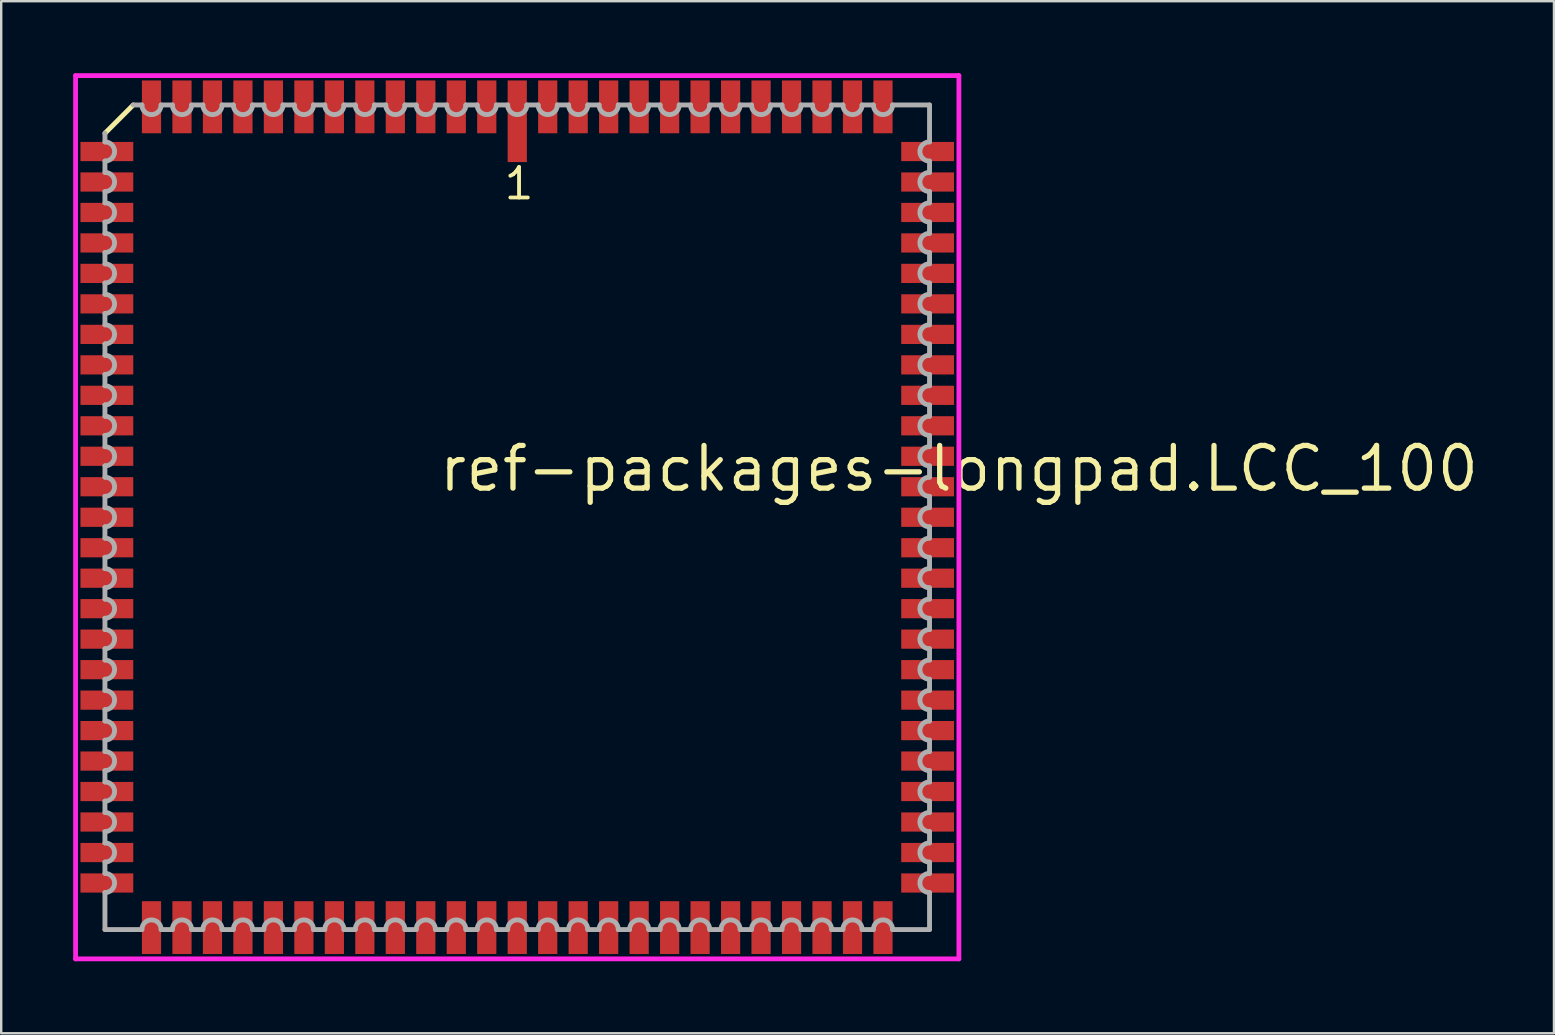
<source format=kicad_pcb>
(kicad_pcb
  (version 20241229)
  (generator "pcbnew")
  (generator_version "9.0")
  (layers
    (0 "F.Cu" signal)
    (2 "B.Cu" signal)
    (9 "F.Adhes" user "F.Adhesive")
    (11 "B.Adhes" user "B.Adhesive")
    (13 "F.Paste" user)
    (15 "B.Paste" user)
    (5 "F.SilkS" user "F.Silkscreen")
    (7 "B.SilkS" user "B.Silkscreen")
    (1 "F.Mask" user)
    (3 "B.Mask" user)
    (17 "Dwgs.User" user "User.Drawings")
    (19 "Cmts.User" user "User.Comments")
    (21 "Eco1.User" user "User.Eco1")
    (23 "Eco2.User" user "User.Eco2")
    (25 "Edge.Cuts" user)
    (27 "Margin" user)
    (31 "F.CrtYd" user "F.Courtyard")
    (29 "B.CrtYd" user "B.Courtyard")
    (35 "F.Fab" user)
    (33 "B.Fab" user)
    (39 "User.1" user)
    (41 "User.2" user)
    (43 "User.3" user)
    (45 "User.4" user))
  (footprint "ref-packages-longpad.LCC_100"
    (layer "F.Cu")
    (at 18.503 18.503)
    (property "Reference" "ref-packages-longpad.LCC_100" (at -3.37 -0.985 0) (layer "F.SilkS") (effects (font (size 1.778 1.778) (thickness 0.22)) (justify left bottom)))
    (attr smd)
    (fp_line (start -16 -17.18) (end -17.18 -16) (stroke (width 0.203) (type default)) (layer "F.SilkS"))
    (fp_line (start -18.403 -18.403) (end 18.403 -18.403) (stroke (width 0.2) (type default)) (layer "F.CrtYd"))
    (fp_line (start -18.403 18.403) (end -18.403 -18.403) (stroke (width 0.2) (type default)) (layer "F.CrtYd"))
    (fp_line (start 18.403 -18.403) (end 18.403 18.403) (stroke (width 0.2) (type default)) (layer "F.CrtYd"))
    (fp_line (start 18.403 18.403) (end -18.403 18.403) (stroke (width 0.2) (type default)) (layer "F.CrtYd"))
    (fp_line (start -17.18 -16) (end -17.18 -15.64) (stroke (width 0.203) (type default)) (layer "F.Fab"))
    (fp_line (start -17.18 -14.84) (end -17.18 -14.37) (stroke (width 0.203) (type default)) (layer "F.Fab"))
    (fp_line (start -17.18 -13.57) (end -17.18 -13.1) (stroke (width 0.203) (type default)) (layer "F.Fab"))
    (fp_line (start -17.18 -12.3) (end -17.18 -11.83) (stroke (width 0.203) (type default)) (layer "F.Fab"))
    (fp_line (start -17.18 -11.03) (end -17.18 -10.56) (stroke (width 0.203) (type default)) (layer "F.Fab"))
    (fp_line (start -17.18 -9.76) (end -17.18 -9.29) (stroke (width 0.203) (type default)) (layer "F.Fab"))
    (fp_line (start -17.18 -8.49) (end -17.18 -8.02) (stroke (width 0.203) (type default)) (layer "F.Fab"))
    (fp_line (start -17.18 -7.22) (end -17.18 -6.75) (stroke (width 0.203) (type default)) (layer "F.Fab"))
    (fp_line (start -17.18 -5.95) (end -17.18 -5.48) (stroke (width 0.203) (type default)) (layer "F.Fab"))
    (fp_line (start -17.18 -4.68) (end -17.18 -4.21) (stroke (width 0.203) (type default)) (layer "F.Fab"))
    (fp_line (start -17.18 -3.41) (end -17.18 -2.94) (stroke (width 0.203) (type default)) (layer "F.Fab"))
    (fp_line (start -17.18 -2.14) (end -17.18 -1.67) (stroke (width 0.203) (type default)) (layer "F.Fab"))
    (fp_line (start -17.18 -0.87) (end -17.18 -0.4) (stroke (width 0.203) (type default)) (layer "F.Fab"))
    (fp_line (start -17.18 0.4) (end -17.18 0.87) (stroke (width 0.203) (type default)) (layer "F.Fab"))
    (fp_line (start -17.18 1.67) (end -17.18 2.14) (stroke (width 0.203) (type default)) (layer "F.Fab"))
    (fp_line (start -17.18 2.94) (end -17.18 3.41) (stroke (width 0.203) (type default)) (layer "F.Fab"))
    (fp_line (start -17.18 4.21) (end -17.18 4.68) (stroke (width 0.203) (type default)) (layer "F.Fab"))
    (fp_line (start -17.18 5.48) (end -17.18 5.95) (stroke (width 0.203) (type default)) (layer "F.Fab"))
    (fp_line (start -17.18 6.75) (end -17.18 7.22) (stroke (width 0.203) (type default)) (layer "F.Fab"))
    (fp_line (start -17.18 8.02) (end -17.18 8.49) (stroke (width 0.203) (type default)) (layer "F.Fab"))
    (fp_line (start -17.18 9.29) (end -17.18 9.76) (stroke (width 0.203) (type default)) (layer "F.Fab"))
    (fp_line (start -17.18 10.56) (end -17.18 11.03) (stroke (width 0.203) (type default)) (layer "F.Fab"))
    (fp_line (start -17.18 11.83) (end -17.18 12.3) (stroke (width 0.203) (type default)) (layer "F.Fab"))
    (fp_line (start -17.18 13.1) (end -17.18 13.57) (stroke (width 0.203) (type default)) (layer "F.Fab"))
    (fp_line (start -17.18 14.37) (end -17.18 14.84) (stroke (width 0.203) (type default)) (layer "F.Fab"))
    (fp_line (start -17.18 15.64) (end -17.18 17.18) (stroke (width 0.203) (type default)) (layer "F.Fab"))
    (fp_line (start -17.18 17.18) (end -15.64 17.18) (stroke (width 0.203) (type default)) (layer "F.Fab"))
    (fp_line (start -15.64 -17.18) (end -16 -17.18) (stroke (width 0.203) (type default)) (layer "F.Fab"))
    (fp_line (start -14.84 17.18) (end -14.37 17.18) (stroke (width 0.203) (type default)) (layer "F.Fab"))
    (fp_line (start -14.37 -17.18) (end -14.84 -17.18) (stroke (width 0.203) (type default)) (layer "F.Fab"))
    (fp_line (start -13.57 17.18) (end -13.1 17.18) (stroke (width 0.203) (type default)) (layer "F.Fab"))
    (fp_line (start -13.1 -17.18) (end -13.57 -17.18) (stroke (width 0.203) (type default)) (layer "F.Fab"))
    (fp_line (start -12.3 17.18) (end -11.83 17.18) (stroke (width 0.203) (type default)) (layer "F.Fab"))
    (fp_line (start -11.83 -17.18) (end -12.3 -17.18) (stroke (width 0.203) (type default)) (layer "F.Fab"))
    (fp_line (start -11.03 17.18) (end -10.56 17.18) (stroke (width 0.203) (type default)) (layer "F.Fab"))
    (fp_line (start -10.56 -17.18) (end -11.03 -17.18) (stroke (width 0.203) (type default)) (layer "F.Fab"))
    (fp_line (start -9.76 17.18) (end -9.29 17.18) (stroke (width 0.203) (type default)) (layer "F.Fab"))
    (fp_line (start -9.29 -17.18) (end -9.76 -17.18) (stroke (width 0.203) (type default)) (layer "F.Fab"))
    (fp_line (start -8.49 17.18) (end -8.02 17.18) (stroke (width 0.203) (type default)) (layer "F.Fab"))
    (fp_line (start -8.02 -17.18) (end -8.49 -17.18) (stroke (width 0.203) (type default)) (layer "F.Fab"))
    (fp_line (start -7.22 17.18) (end -6.75 17.18) (stroke (width 0.203) (type default)) (layer "F.Fab"))
    (fp_line (start -6.75 -17.18) (end -7.22 -17.18) (stroke (width 0.203) (type default)) (layer "F.Fab"))
    (fp_line (start -5.95 17.18) (end -5.48 17.18) (stroke (width 0.203) (type default)) (layer "F.Fab"))
    (fp_line (start -5.48 -17.18) (end -5.95 -17.18) (stroke (width 0.203) (type default)) (layer "F.Fab"))
    (fp_line (start -4.68 17.18) (end -4.21 17.18) (stroke (width 0.203) (type default)) (layer "F.Fab"))
    (fp_line (start -4.21 -17.18) (end -4.68 -17.18) (stroke (width 0.203) (type default)) (layer "F.Fab"))
    (fp_line (start -3.41 17.18) (end -2.94 17.18) (stroke (width 0.203) (type default)) (layer "F.Fab"))
    (fp_line (start -2.94 -17.18) (end -3.41 -17.18) (stroke (width 0.203) (type default)) (layer "F.Fab"))
    (fp_line (start -2.14 17.18) (end -1.67 17.18) (stroke (width 0.203) (type default)) (layer "F.Fab"))
    (fp_line (start -1.67 -17.18) (end -2.14 -17.18) (stroke (width 0.203) (type default)) (layer "F.Fab"))
    (fp_line (start -0.87 17.18) (end -0.4 17.18) (stroke (width 0.203) (type default)) (layer "F.Fab"))
    (fp_line (start -0.4 -17.18) (end -0.87 -17.18) (stroke (width 0.203) (type default)) (layer "F.Fab"))
    (fp_line (start 0.4 17.18) (end 0.87 17.18) (stroke (width 0.203) (type default)) (layer "F.Fab"))
    (fp_line (start 0.87 -17.18) (end 0.4 -17.18) (stroke (width 0.203) (type default)) (layer "F.Fab"))
    (fp_line (start 1.67 17.18) (end 2.14 17.18) (stroke (width 0.203) (type default)) (layer "F.Fab"))
    (fp_line (start 2.14 -17.18) (end 1.67 -17.18) (stroke (width 0.203) (type default)) (layer "F.Fab"))
    (fp_line (start 2.94 17.18) (end 3.41 17.18) (stroke (width 0.203) (type default)) (layer "F.Fab"))
    (fp_line (start 3.41 -17.18) (end 2.94 -17.18) (stroke (width 0.203) (type default)) (layer "F.Fab"))
    (fp_line (start 4.21 17.18) (end 4.68 17.18) (stroke (width 0.203) (type default)) (layer "F.Fab"))
    (fp_line (start 4.68 -17.18) (end 4.21 -17.18) (stroke (width 0.203) (type default)) (layer "F.Fab"))
    (fp_line (start 5.48 17.18) (end 5.95 17.18) (stroke (width 0.203) (type default)) (layer "F.Fab"))
    (fp_line (start 5.95 -17.18) (end 5.48 -17.18) (stroke (width 0.203) (type default)) (layer "F.Fab"))
    (fp_line (start 6.75 17.18) (end 7.22 17.18) (stroke (width 0.203) (type default)) (layer "F.Fab"))
    (fp_line (start 7.22 -17.18) (end 6.75 -17.18) (stroke (width 0.203) (type default)) (layer "F.Fab"))
    (fp_line (start 8.02 17.18) (end 8.49 17.18) (stroke (width 0.203) (type default)) (layer "F.Fab"))
    (fp_line (start 8.49 -17.18) (end 8.02 -17.18) (stroke (width 0.203) (type default)) (layer "F.Fab"))
    (fp_line (start 9.29 17.18) (end 9.76 17.18) (stroke (width 0.203) (type default)) (layer "F.Fab"))
    (fp_line (start 9.76 -17.18) (end 9.29 -17.18) (stroke (width 0.203) (type default)) (layer "F.Fab"))
    (fp_line (start 10.56 17.18) (end 11.03 17.18) (stroke (width 0.203) (type default)) (layer "F.Fab"))
    (fp_line (start 11.03 -17.18) (end 10.56 -17.18) (stroke (width 0.203) (type default)) (layer "F.Fab"))
    (fp_line (start 11.83 17.18) (end 12.3 17.18) (stroke (width 0.203) (type default)) (layer "F.Fab"))
    (fp_line (start 12.3 -17.18) (end 11.83 -17.18) (stroke (width 0.203) (type default)) (layer "F.Fab"))
    (fp_line (start 13.1 17.18) (end 13.57 17.18) (stroke (width 0.203) (type default)) (layer "F.Fab"))
    (fp_line (start 13.57 -17.18) (end 13.1 -17.18) (stroke (width 0.203) (type default)) (layer "F.Fab"))
    (fp_line (start 14.37 17.18) (end 14.84 17.18) (stroke (width 0.203) (type default)) (layer "F.Fab"))
    (fp_line (start 14.84 -17.18) (end 14.37 -17.18) (stroke (width 0.203) (type default)) (layer "F.Fab"))
    (fp_line (start 15.64 17.18) (end 17.18 17.18) (stroke (width 0.203) (type default)) (layer "F.Fab"))
    (fp_line (start 17.18 -17.18) (end 15.64 -17.18) (stroke (width 0.203) (type default)) (layer "F.Fab"))
    (fp_line (start 17.18 -15.64) (end 17.18 -17.18) (stroke (width 0.203) (type default)) (layer "F.Fab"))
    (fp_line (start 17.18 -14.37) (end 17.18 -14.84) (stroke (width 0.203) (type default)) (layer "F.Fab"))
    (fp_line (start 17.18 -13.1) (end 17.18 -13.57) (stroke (width 0.203) (type default)) (layer "F.Fab"))
    (fp_line (start 17.18 -11.83) (end 17.18 -12.3) (stroke (width 0.203) (type default)) (layer "F.Fab"))
    (fp_line (start 17.18 -10.56) (end 17.18 -11.03) (stroke (width 0.203) (type default)) (layer "F.Fab"))
    (fp_line (start 17.18 -9.29) (end 17.18 -9.76) (stroke (width 0.203) (type default)) (layer "F.Fab"))
    (fp_line (start 17.18 -8.02) (end 17.18 -8.49) (stroke (width 0.203) (type default)) (layer "F.Fab"))
    (fp_line (start 17.18 -6.75) (end 17.18 -7.22) (stroke (width 0.203) (type default)) (layer "F.Fab"))
    (fp_line (start 17.18 -5.48) (end 17.18 -5.95) (stroke (width 0.203) (type default)) (layer "F.Fab"))
    (fp_line (start 17.18 -4.21) (end 17.18 -4.68) (stroke (width 0.203) (type default)) (layer "F.Fab"))
    (fp_line (start 17.18 -2.94) (end 17.18 -3.41) (stroke (width 0.203) (type default)) (layer "F.Fab"))
    (fp_line (start 17.18 -1.67) (end 17.18 -2.14) (stroke (width 0.203) (type default)) (layer "F.Fab"))
    (fp_line (start 17.18 -0.4) (end 17.18 -0.87) (stroke (width 0.203) (type default)) (layer "F.Fab"))
    (fp_line (start 17.18 0.87) (end 17.18 0.4) (stroke (width 0.203) (type default)) (layer "F.Fab"))
    (fp_line (start 17.18 2.14) (end 17.18 1.67) (stroke (width 0.203) (type default)) (layer "F.Fab"))
    (fp_line (start 17.18 3.41) (end 17.18 2.94) (stroke (width 0.203) (type default)) (layer "F.Fab"))
    (fp_line (start 17.18 4.68) (end 17.18 4.21) (stroke (width 0.203) (type default)) (layer "F.Fab"))
    (fp_line (start 17.18 5.95) (end 17.18 5.48) (stroke (width 0.203) (type default)) (layer "F.Fab"))
    (fp_line (start 17.18 7.22) (end 17.18 6.75) (stroke (width 0.203) (type default)) (layer "F.Fab"))
    (fp_line (start 17.18 8.49) (end 17.18 8.02) (stroke (width 0.203) (type default)) (layer "F.Fab"))
    (fp_line (start 17.18 9.76) (end 17.18 9.29) (stroke (width 0.203) (type default)) (layer "F.Fab"))
    (fp_line (start 17.18 11.03) (end 17.18 10.56) (stroke (width 0.203) (type default)) (layer "F.Fab"))
    (fp_line (start 17.18 12.3) (end 17.18 11.83) (stroke (width 0.203) (type default)) (layer "F.Fab"))
    (fp_line (start 17.18 13.57) (end 17.18 13.1) (stroke (width 0.203) (type default)) (layer "F.Fab"))
    (fp_line (start 17.18 14.84) (end 17.18 14.37) (stroke (width 0.203) (type default)) (layer "F.Fab"))
    (fp_line (start 17.18 17.18) (end 17.18 15.64) (stroke (width 0.203) (type default)) (layer "F.Fab"))
    (fp_arc (start -17.1783 -15.64) (mid -16.7783 -15.24) (end -17.1783 -14.84) (stroke (width 0.2032) (type default)) (layer "F.Fab"))
    (fp_arc (start -17.1783 -14.37) (mid -16.7783 -13.97) (end -17.1783 -13.57) (stroke (width 0.2032) (type default)) (layer "F.Fab"))
    (fp_arc (start -17.1783 -13.1) (mid -16.7783 -12.7) (end -17.1783 -12.3) (stroke (width 0.2032) (type default)) (layer "F.Fab"))
    (fp_arc (start -17.1783 -11.83) (mid -16.7783 -11.43) (end -17.1783 -11.03) (stroke (width 0.2032) (type default)) (layer "F.Fab"))
    (fp_arc (start -17.1783 -10.56) (mid -16.7783 -10.16) (end -17.1783 -9.76) (stroke (width 0.2032) (type default)) (layer "F.Fab"))
    (fp_arc (start -17.1783 -9.29) (mid -16.7783 -8.89) (end -17.1783 -8.49) (stroke (width 0.2032) (type default)) (layer "F.Fab"))
    (fp_arc (start -17.1783 -8.02) (mid -16.7783 -7.62) (end -17.1783 -7.22) (stroke (width 0.2032) (type default)) (layer "F.Fab"))
    (fp_arc (start -17.1783 -6.75) (mid -16.7783 -6.35) (end -17.1783 -5.95) (stroke (width 0.2032) (type default)) (layer "F.Fab"))
    (fp_arc (start -17.1783 -5.48) (mid -16.7783 -5.08) (end -17.1783 -4.68) (stroke (width 0.2032) (type default)) (layer "F.Fab"))
    (fp_arc (start -17.1783 -4.21) (mid -16.7783 -3.81) (end -17.1783 -3.41) (stroke (width 0.2032) (type default)) (layer "F.Fab"))
    (fp_arc (start -17.1783 -2.94) (mid -16.7783 -2.54) (end -17.1783 -2.14) (stroke (width 0.2032) (type default)) (layer "F.Fab"))
    (fp_arc (start -17.1783 -1.67) (mid -16.7783 -1.27) (end -17.1783 -0.87) (stroke (width 0.2032) (type default)) (layer "F.Fab"))
    (fp_arc (start -17.1783 -0.4001) (mid -16.7782 0) (end -17.1783 0.4001) (stroke (width 0.2032) (type default)) (layer "F.Fab"))
    (fp_arc (start -17.1783 0.8699) (mid -16.7782 1.27) (end -17.1783 1.6701) (stroke (width 0.2032) (type default)) (layer "F.Fab"))
    (fp_arc (start -17.1783 2.1399) (mid -16.7782 2.54) (end -17.1783 2.9401) (stroke (width 0.2032) (type default)) (layer "F.Fab"))
    (fp_arc (start -17.1783 3.4099) (mid -16.7782 3.81) (end -17.1783 4.2101) (stroke (width 0.2032) (type default)) (layer "F.Fab"))
    (fp_arc (start -17.1783 4.6799) (mid -16.7782 5.08) (end -17.1783 5.4801) (stroke (width 0.2032) (type default)) (layer "F.Fab"))
    (fp_arc (start -17.1783 5.9499) (mid -16.7782 6.35) (end -17.1783 6.7501) (stroke (width 0.2032) (type default)) (layer "F.Fab"))
    (fp_arc (start -17.1783 7.2199) (mid -16.7782 7.62) (end -17.1783 8.0201) (stroke (width 0.2032) (type default)) (layer "F.Fab"))
    (fp_arc (start -17.1783 8.4899) (mid -16.7782 8.89) (end -17.1783 9.2901) (stroke (width 0.2032) (type default)) (layer "F.Fab"))
    (fp_arc (start -17.1783 9.7599) (mid -16.7782 10.16) (end -17.1783 10.5601) (stroke (width 0.2032) (type default)) (layer "F.Fab"))
    (fp_arc (start -17.1783 11.0299) (mid -16.7782 11.43) (end -17.1783 11.8301) (stroke (width 0.2032) (type default)) (layer "F.Fab"))
    (fp_arc (start -17.1783 12.2999) (mid -16.7782 12.7) (end -17.1783 13.1001) (stroke (width 0.2032) (type default)) (layer "F.Fab"))
    (fp_arc (start -17.1783 13.5699) (mid -16.7782 13.97) (end -17.1783 14.3701) (stroke (width 0.2032) (type default)) (layer "F.Fab"))
    (fp_arc (start -17.1783 14.8399) (mid -16.7782 15.24) (end -17.1783 15.6401) (stroke (width 0.2032) (type default)) (layer "F.Fab"))
    (fp_arc (start -15.6401 17.1783) (mid -15.24 16.7782) (end -14.8399 17.1783) (stroke (width 0.2032) (type default)) (layer "F.Fab"))
    (fp_arc (start -14.8399 -17.1783) (mid -15.24 -16.7782) (end -15.6401 -17.1783) (stroke (width 0.2032) (type default)) (layer "F.Fab"))
    (fp_arc (start -14.3701 17.1783) (mid -13.97 16.7782) (end -13.5699 17.1783) (stroke (width 0.2032) (type default)) (layer "F.Fab"))
    (fp_arc (start -13.5699 -17.1783) (mid -13.97 -16.7782) (end -14.3701 -17.1783) (stroke (width 0.2032) (type default)) (layer "F.Fab"))
    (fp_arc (start -13.1001 17.1783) (mid -12.7 16.7782) (end -12.2999 17.1783) (stroke (width 0.2032) (type default)) (layer "F.Fab"))
    (fp_arc (start -12.2999 -17.1783) (mid -12.7 -16.7782) (end -13.1001 -17.1783) (stroke (width 0.2032) (type default)) (layer "F.Fab"))
    (fp_arc (start -11.8301 17.1783) (mid -11.43 16.7782) (end -11.0299 17.1783) (stroke (width 0.2032) (type default)) (layer "F.Fab"))
    (fp_arc (start -11.0299 -17.1783) (mid -11.43 -16.7782) (end -11.8301 -17.1783) (stroke (width 0.2032) (type default)) (layer "F.Fab"))
    (fp_arc (start -10.5601 17.1783) (mid -10.16 16.7782) (end -9.7599 17.1783) (stroke (width 0.2032) (type default)) (layer "F.Fab"))
    (fp_arc (start -9.7599 -17.1783) (mid -10.16 -16.7782) (end -10.5601 -17.1783) (stroke (width 0.2032) (type default)) (layer "F.Fab"))
    (fp_arc (start -9.2901 17.1783) (mid -8.89 16.7782) (end -8.4899 17.1783) (stroke (width 0.2032) (type default)) (layer "F.Fab"))
    (fp_arc (start -8.4899 -17.1783) (mid -8.89 -16.7782) (end -9.2901 -17.1783) (stroke (width 0.2032) (type default)) (layer "F.Fab"))
    (fp_arc (start -8.0201 17.1783) (mid -7.62 16.7782) (end -7.2199 17.1783) (stroke (width 0.2032) (type default)) (layer "F.Fab"))
    (fp_arc (start -7.2199 -17.1783) (mid -7.62 -16.7782) (end -8.0201 -17.1783) (stroke (width 0.2032) (type default)) (layer "F.Fab"))
    (fp_arc (start -6.7501 17.1783) (mid -6.35 16.7782) (end -5.9499 17.1783) (stroke (width 0.2032) (type default)) (layer "F.Fab"))
    (fp_arc (start -5.9499 -17.1783) (mid -6.35 -16.7782) (end -6.7501 -17.1783) (stroke (width 0.2032) (type default)) (layer "F.Fab"))
    (fp_arc (start -5.4801 17.1783) (mid -5.08 16.7782) (end -4.6799 17.1783) (stroke (width 0.2032) (type default)) (layer "F.Fab"))
    (fp_arc (start -4.6799 -17.1783) (mid -5.08 -16.7782) (end -5.4801 -17.1783) (stroke (width 0.2032) (type default)) (layer "F.Fab"))
    (fp_arc (start -4.2101 17.1783) (mid -3.81 16.7782) (end -3.4099 17.1783) (stroke (width 0.2032) (type default)) (layer "F.Fab"))
    (fp_arc (start -3.4099 -17.1783) (mid -3.81 -16.7782) (end -4.2101 -17.1783) (stroke (width 0.2032) (type default)) (layer "F.Fab"))
    (fp_arc (start -2.9401 17.1783) (mid -2.54 16.7782) (end -2.1399 17.1783) (stroke (width 0.2032) (type default)) (layer "F.Fab"))
    (fp_arc (start -2.1399 -17.1783) (mid -2.54 -16.7782) (end -2.9401 -17.1783) (stroke (width 0.2032) (type default)) (layer "F.Fab"))
    (fp_arc (start -1.6701 17.1783) (mid -1.27 16.7782) (end -0.8699 17.1783) (stroke (width 0.2032) (type default)) (layer "F.Fab"))
    (fp_arc (start -0.8699 -17.1783) (mid -1.27 -16.7782) (end -1.6701 -17.1783) (stroke (width 0.2032) (type default)) (layer "F.Fab"))
    (fp_arc (start -0.4001 17.1783) (mid 0 16.7782) (end 0.4001 17.1783) (stroke (width 0.2032) (type default)) (layer "F.Fab"))
    (fp_arc (start 0.4001 -17.1783) (mid 0 -16.7782) (end -0.4001 -17.1783) (stroke (width 0.2032) (type default)) (layer "F.Fab"))
    (fp_arc (start 0.87 17.1783) (mid 1.27 16.7783) (end 1.67 17.1783) (stroke (width 0.2032) (type default)) (layer "F.Fab"))
    (fp_arc (start 1.67 -17.1783) (mid 1.27 -16.7783) (end 0.87 -17.1783) (stroke (width 0.2032) (type default)) (layer "F.Fab"))
    (fp_arc (start 2.14 17.1783) (mid 2.54 16.7783) (end 2.94 17.1783) (stroke (width 0.2032) (type default)) (layer "F.Fab"))
    (fp_arc (start 2.94 -17.1783) (mid 2.54 -16.7783) (end 2.14 -17.1783) (stroke (width 0.2032) (type default)) (layer "F.Fab"))
    (fp_arc (start 3.41 17.1783) (mid 3.81 16.7783) (end 4.21 17.1783) (stroke (width 0.2032) (type default)) (layer "F.Fab"))
    (fp_arc (start 4.21 -17.1783) (mid 3.81 -16.7783) (end 3.41 -17.1783) (stroke (width 0.2032) (type default)) (layer "F.Fab"))
    (fp_arc (start 4.68 17.1783) (mid 5.08 16.7783) (end 5.48 17.1783) (stroke (width 0.2032) (type default)) (layer "F.Fab"))
    (fp_arc (start 5.48 -17.1783) (mid 5.08 -16.7783) (end 4.68 -17.1783) (stroke (width 0.2032) (type default)) (layer "F.Fab"))
    (fp_arc (start 5.95 17.1783) (mid 6.35 16.7783) (end 6.75 17.1783) (stroke (width 0.2032) (type default)) (layer "F.Fab"))
    (fp_arc (start 6.75 -17.1783) (mid 6.35 -16.7783) (end 5.95 -17.1783) (stroke (width 0.2032) (type default)) (layer "F.Fab"))
    (fp_arc (start 7.22 17.1783) (mid 7.62 16.7783) (end 8.02 17.1783) (stroke (width 0.2032) (type default)) (layer "F.Fab"))
    (fp_arc (start 8.02 -17.1783) (mid 7.62 -16.7783) (end 7.22 -17.1783) (stroke (width 0.2032) (type default)) (layer "F.Fab"))
    (fp_arc (start 8.49 17.1783) (mid 8.89 16.7783) (end 9.29 17.1783) (stroke (width 0.2032) (type default)) (layer "F.Fab"))
    (fp_arc (start 9.29 -17.1783) (mid 8.89 -16.7783) (end 8.49 -17.1783) (stroke (width 0.2032) (type default)) (layer "F.Fab"))
    (fp_arc (start 9.76 17.1783) (mid 10.16 16.7783) (end 10.56 17.1783) (stroke (width 0.2032) (type default)) (layer "F.Fab"))
    (fp_arc (start 10.56 -17.1783) (mid 10.16 -16.7783) (end 9.76 -17.1783) (stroke (width 0.2032) (type default)) (layer "F.Fab"))
    (fp_arc (start 11.03 17.1783) (mid 11.43 16.7783) (end 11.83 17.1783) (stroke (width 0.2032) (type default)) (layer "F.Fab"))
    (fp_arc (start 11.83 -17.1783) (mid 11.43 -16.7783) (end 11.03 -17.1783) (stroke (width 0.2032) (type default)) (layer "F.Fab"))
    (fp_arc (start 12.3 17.1783) (mid 12.7 16.7783) (end 13.1 17.1783) (stroke (width 0.2032) (type default)) (layer "F.Fab"))
    (fp_arc (start 13.1 -17.1783) (mid 12.7 -16.7783) (end 12.3 -17.1783) (stroke (width 0.2032) (type default)) (layer "F.Fab"))
    (fp_arc (start 13.57 17.1783) (mid 13.97 16.7783) (end 14.37 17.1783) (stroke (width 0.2032) (type default)) (layer "F.Fab"))
    (fp_arc (start 14.37 -17.1783) (mid 13.97 -16.7783) (end 13.57 -17.1783) (stroke (width 0.2032) (type default)) (layer "F.Fab"))
    (fp_arc (start 14.84 17.1783) (mid 15.24 16.7783) (end 15.64 17.1783) (stroke (width 0.2032) (type default)) (layer "F.Fab"))
    (fp_arc (start 15.64 -17.1783) (mid 15.24 -16.7783) (end 14.84 -17.1783) (stroke (width 0.2032) (type default)) (layer "F.Fab"))
    (fp_arc (start 17.1783 -14.8399) (mid 16.7782 -15.24) (end 17.1783 -15.6401) (stroke (width 0.2032) (type default)) (layer "F.Fab"))
    (fp_arc (start 17.1783 -13.5699) (mid 16.7782 -13.97) (end 17.1783 -14.3701) (stroke (width 0.2032) (type default)) (layer "F.Fab"))
    (fp_arc (start 17.1783 -12.2999) (mid 16.7782 -12.7) (end 17.1783 -13.1001) (stroke (width 0.2032) (type default)) (layer "F.Fab"))
    (fp_arc (start 17.1783 -11.0299) (mid 16.7782 -11.43) (end 17.1783 -11.8301) (stroke (width 0.2032) (type default)) (layer "F.Fab"))
    (fp_arc (start 17.1783 -9.7599) (mid 16.7782 -10.16) (end 17.1783 -10.5601) (stroke (width 0.2032) (type default)) (layer "F.Fab"))
    (fp_arc (start 17.1783 -8.4899) (mid 16.7782 -8.89) (end 17.1783 -9.2901) (stroke (width 0.2032) (type default)) (layer "F.Fab"))
    (fp_arc (start 17.1783 -7.2199) (mid 16.7782 -7.62) (end 17.1783 -8.0201) (stroke (width 0.2032) (type default)) (layer "F.Fab"))
    (fp_arc (start 17.1783 -5.9499) (mid 16.7782 -6.35) (end 17.1783 -6.7501) (stroke (width 0.2032) (type default)) (layer "F.Fab"))
    (fp_arc (start 17.1783 -4.6799) (mid 16.7782 -5.08) (end 17.1783 -5.4801) (stroke (width 0.2032) (type default)) (layer "F.Fab"))
    (fp_arc (start 17.1783 -3.4099) (mid 16.7782 -3.81) (end 17.1783 -4.2101) (stroke (width 0.2032) (type default)) (layer "F.Fab"))
    (fp_arc (start 17.1783 -2.1399) (mid 16.7782 -2.54) (end 17.1783 -2.9401) (stroke (width 0.2032) (type default)) (layer "F.Fab"))
    (fp_arc (start 17.1783 -0.8699) (mid 16.7782 -1.27) (end 17.1783 -1.6701) (stroke (width 0.2032) (type default)) (layer "F.Fab"))
    (fp_arc (start 17.1783 0.4001) (mid 16.7782 0) (end 17.1783 -0.4001) (stroke (width 0.2032) (type default)) (layer "F.Fab"))
    (fp_arc (start 17.1783 1.67) (mid 16.7783 1.27) (end 17.1783 0.87) (stroke (width 0.2032) (type default)) (layer "F.Fab"))
    (fp_arc (start 17.1783 2.9401) (mid 16.7782 2.54) (end 17.1783 2.1399) (stroke (width 0.2032) (type default)) (layer "F.Fab"))
    (fp_arc (start 17.1783 4.2101) (mid 16.7782 3.81) (end 17.1783 3.4099) (stroke (width 0.2032) (type default)) (layer "F.Fab"))
    (fp_arc (start 17.1783 5.4801) (mid 16.7782 5.08) (end 17.1783 4.6799) (stroke (width 0.2032) (type default)) (layer "F.Fab"))
    (fp_arc (start 17.1783 6.7501) (mid 16.7782 6.35) (end 17.1783 5.9499) (stroke (width 0.2032) (type default)) (layer "F.Fab"))
    (fp_arc (start 17.1783 8.02) (mid 16.7783 7.62) (end 17.1783 7.22) (stroke (width 0.2032) (type default)) (layer "F.Fab"))
    (fp_arc (start 17.1783 9.29) (mid 16.7783 8.89) (end 17.1783 8.49) (stroke (width 0.2032) (type default)) (layer "F.Fab"))
    (fp_arc (start 17.1783 10.56) (mid 16.7783 10.16) (end 17.1783 9.76) (stroke (width 0.2032) (type default)) (layer "F.Fab"))
    (fp_arc (start 17.1783 11.83) (mid 16.7783 11.43) (end 17.1783 11.03) (stroke (width 0.2032) (type default)) (layer "F.Fab"))
    (fp_arc (start 17.1783 13.1) (mid 16.7783 12.7) (end 17.1783 12.3) (stroke (width 0.2032) (type default)) (layer "F.Fab"))
    (fp_arc (start 17.1783 14.37) (mid 16.7783 13.97) (end 17.1783 13.57) (stroke (width 0.2032) (type default)) (layer "F.Fab"))
    (fp_arc (start 17.1783 15.64) (mid 16.7783 15.24) (end 17.1783 14.84) (stroke (width 0.2032) (type default)) (layer "F.Fab"))
    (fp_text user "1" (at -0.635 -13.16 0) (layer "F.SilkS") (effects (font (size 1.27 1.27) (thickness 0.16)) (justify left bottom)))
    (pad "1" smd roundrect (at 0 -16.5) (size 0.8 3.4) (layers "F.Cu" "F.Mask" "F.Paste") (roundrect_rratio 0.01))
    (pad "2" smd roundrect (at -1.27 -17.1) (size 0.8 2.2) (layers "F.Cu" "F.Mask" "F.Paste") (roundrect_rratio 0.01))
    (pad "3" smd roundrect (at -2.54 -17.1) (size 0.8 2.2) (layers "F.Cu" "F.Mask" "F.Paste") (roundrect_rratio 0.01))
    (pad "4" smd roundrect (at -3.81 -17.1) (size 0.8 2.2) (layers "F.Cu" "F.Mask" "F.Paste") (roundrect_rratio 0.01))
    (pad "5" smd roundrect (at -5.08 -17.1) (size 0.8 2.2) (layers "F.Cu" "F.Mask" "F.Paste") (roundrect_rratio 0.01))
    (pad "6" smd roundrect (at -6.35 -17.1) (size 0.8 2.2) (layers "F.Cu" "F.Mask" "F.Paste") (roundrect_rratio 0.01))
    (pad "7" smd roundrect (at -7.62 -17.1) (size 0.8 2.2) (layers "F.Cu" "F.Mask" "F.Paste") (roundrect_rratio 0.01))
    (pad "8" smd roundrect (at -8.89 -17.1) (size 0.8 2.2) (layers "F.Cu" "F.Mask" "F.Paste") (roundrect_rratio 0.01))
    (pad "9" smd roundrect (at -10.16 -17.1) (size 0.8 2.2) (layers "F.Cu" "F.Mask" "F.Paste") (roundrect_rratio 0.01))
    (pad "10" smd roundrect (at -11.43 -17.1) (size 0.8 2.2) (layers "F.Cu" "F.Mask" "F.Paste") (roundrect_rratio 0.01))
    (pad "11" smd roundrect (at -12.7 -17.1) (size 0.8 2.2) (layers "F.Cu" "F.Mask" "F.Paste") (roundrect_rratio 0.01))
    (pad "12" smd roundrect (at -13.97 -17.1) (size 0.8 2.2) (layers "F.Cu" "F.Mask" "F.Paste") (roundrect_rratio 0.01))
    (pad "13" smd roundrect (at -15.24 -17.1) (size 0.8 2.2) (layers "F.Cu" "F.Mask" "F.Paste") (roundrect_rratio 0.01))
    (pad "14" smd roundrect (at -17.1 -15.24) (size 2.2 0.8) (layers "F.Cu" "F.Mask" "F.Paste") (roundrect_rratio 0.01))
    (pad "15" smd roundrect (at -17.1 -13.97) (size 2.2 0.8) (layers "F.Cu" "F.Mask" "F.Paste") (roundrect_rratio 0.01))
    (pad "16" smd roundrect (at -17.1 -12.7) (size 2.2 0.8) (layers "F.Cu" "F.Mask" "F.Paste") (roundrect_rratio 0.01))
    (pad "17" smd roundrect (at -17.1 -11.43) (size 2.2 0.8) (layers "F.Cu" "F.Mask" "F.Paste") (roundrect_rratio 0.01))
    (pad "18" smd roundrect (at -17.1 -10.16) (size 2.2 0.8) (layers "F.Cu" "F.Mask" "F.Paste") (roundrect_rratio 0.01))
    (pad "19" smd roundrect (at -17.1 -8.89) (size 2.2 0.8) (layers "F.Cu" "F.Mask" "F.Paste") (roundrect_rratio 0.01))
    (pad "20" smd roundrect (at -17.1 -7.62) (size 2.2 0.8) (layers "F.Cu" "F.Mask" "F.Paste") (roundrect_rratio 0.01))
    (pad "21" smd roundrect (at -17.1 -6.35) (size 2.2 0.8) (layers "F.Cu" "F.Mask" "F.Paste") (roundrect_rratio 0.01))
    (pad "22" smd roundrect (at -17.1 -5.08) (size 2.2 0.8) (layers "F.Cu" "F.Mask" "F.Paste") (roundrect_rratio 0.01))
    (pad "23" smd roundrect (at -17.1 -3.81) (size 2.2 0.8) (layers "F.Cu" "F.Mask" "F.Paste") (roundrect_rratio 0.01))
    (pad "24" smd roundrect (at -17.1 -2.54) (size 2.2 0.8) (layers "F.Cu" "F.Mask" "F.Paste") (roundrect_rratio 0.01))
    (pad "25" smd roundrect (at -17.1 -1.27) (size 2.2 0.8) (layers "F.Cu" "F.Mask" "F.Paste") (roundrect_rratio 0.01))
    (pad "26" smd roundrect (at -17.1 0) (size 2.2 0.8) (layers "F.Cu" "F.Mask" "F.Paste") (roundrect_rratio 0.01))
    (pad "27" smd roundrect (at -17.1 1.27) (size 2.2 0.8) (layers "F.Cu" "F.Mask" "F.Paste") (roundrect_rratio 0.01))
    (pad "28" smd roundrect (at -17.1 2.54) (size 2.2 0.8) (layers "F.Cu" "F.Mask" "F.Paste") (roundrect_rratio 0.01))
    (pad "29" smd roundrect (at -17.1 3.81) (size 2.2 0.8) (layers "F.Cu" "F.Mask" "F.Paste") (roundrect_rratio 0.01))
    (pad "30" smd roundrect (at -17.1 5.08) (size 2.2 0.8) (layers "F.Cu" "F.Mask" "F.Paste") (roundrect_rratio 0.01))
    (pad "31" smd roundrect (at -17.1 6.35) (size 2.2 0.8) (layers "F.Cu" "F.Mask" "F.Paste") (roundrect_rratio 0.01))
    (pad "32" smd roundrect (at -17.1 7.62) (size 2.2 0.8) (layers "F.Cu" "F.Mask" "F.Paste") (roundrect_rratio 0.01))
    (pad "33" smd roundrect (at -17.1 8.89) (size 2.2 0.8) (layers "F.Cu" "F.Mask" "F.Paste") (roundrect_rratio 0.01))
    (pad "34" smd roundrect (at -17.1 10.16) (size 2.2 0.8) (layers "F.Cu" "F.Mask" "F.Paste") (roundrect_rratio 0.01))
    (pad "35" smd roundrect (at -17.1 11.43) (size 2.2 0.8) (layers "F.Cu" "F.Mask" "F.Paste") (roundrect_rratio 0.01))
    (pad "36" smd roundrect (at -17.1 12.7) (size 2.2 0.8) (layers "F.Cu" "F.Mask" "F.Paste") (roundrect_rratio 0.01))
    (pad "37" smd roundrect (at -17.1 13.97) (size 2.2 0.8) (layers "F.Cu" "F.Mask" "F.Paste") (roundrect_rratio 0.01))
    (pad "38" smd roundrect (at -17.1 15.24) (size 2.2 0.8) (layers "F.Cu" "F.Mask" "F.Paste") (roundrect_rratio 0.01))
    (pad "39" smd roundrect (at -15.24 17.1) (size 0.8 2.2) (layers "F.Cu" "F.Mask" "F.Paste") (roundrect_rratio 0.01))
    (pad "40" smd roundrect (at -13.97 17.1) (size 0.8 2.2) (layers "F.Cu" "F.Mask" "F.Paste") (roundrect_rratio 0.01))
    (pad "41" smd roundrect (at -12.7 17.1) (size 0.8 2.2) (layers "F.Cu" "F.Mask" "F.Paste") (roundrect_rratio 0.01))
    (pad "42" smd roundrect (at -11.43 17.1) (size 0.8 2.2) (layers "F.Cu" "F.Mask" "F.Paste") (roundrect_rratio 0.01))
    (pad "43" smd roundrect (at -10.16 17.1) (size 0.8 2.2) (layers "F.Cu" "F.Mask" "F.Paste") (roundrect_rratio 0.01))
    (pad "44" smd roundrect (at -8.89 17.1) (size 0.8 2.2) (layers "F.Cu" "F.Mask" "F.Paste") (roundrect_rratio 0.01))
    (pad "45" smd roundrect (at -7.62 17.1) (size 0.8 2.2) (layers "F.Cu" "F.Mask" "F.Paste") (roundrect_rratio 0.01))
    (pad "46" smd roundrect (at -6.35 17.1) (size 0.8 2.2) (layers "F.Cu" "F.Mask" "F.Paste") (roundrect_rratio 0.01))
    (pad "47" smd roundrect (at -5.08 17.1) (size 0.8 2.2) (layers "F.Cu" "F.Mask" "F.Paste") (roundrect_rratio 0.01))
    (pad "48" smd roundrect (at -3.81 17.1) (size 0.8 2.2) (layers "F.Cu" "F.Mask" "F.Paste") (roundrect_rratio 0.01))
    (pad "49" smd roundrect (at -2.54 17.1) (size 0.8 2.2) (layers "F.Cu" "F.Mask" "F.Paste") (roundrect_rratio 0.01))
    (pad "50" smd roundrect (at -1.27 17.1) (size 0.8 2.2) (layers "F.Cu" "F.Mask" "F.Paste") (roundrect_rratio 0.01))
    (pad "51" smd roundrect (at 0 17.1) (size 0.8 2.2) (layers "F.Cu" "F.Mask" "F.Paste") (roundrect_rratio 0.01))
    (pad "52" smd roundrect (at 1.27 17.1) (size 0.8 2.2) (layers "F.Cu" "F.Mask" "F.Paste") (roundrect_rratio 0.01))
    (pad "53" smd roundrect (at 2.54 17.1) (size 0.8 2.2) (layers "F.Cu" "F.Mask" "F.Paste") (roundrect_rratio 0.01))
    (pad "54" smd roundrect (at 3.81 17.1) (size 0.8 2.2) (layers "F.Cu" "F.Mask" "F.Paste") (roundrect_rratio 0.01))
    (pad "55" smd roundrect (at 5.08 17.1) (size 0.8 2.2) (layers "F.Cu" "F.Mask" "F.Paste") (roundrect_rratio 0.01))
    (pad "56" smd roundrect (at 6.35 17.1) (size 0.8 2.2) (layers "F.Cu" "F.Mask" "F.Paste") (roundrect_rratio 0.01))
    (pad "57" smd roundrect (at 7.62 17.1) (size 0.8 2.2) (layers "F.Cu" "F.Mask" "F.Paste") (roundrect_rratio 0.01))
    (pad "58" smd roundrect (at 8.89 17.1) (size 0.8 2.2) (layers "F.Cu" "F.Mask" "F.Paste") (roundrect_rratio 0.01))
    (pad "59" smd roundrect (at 10.16 17.1) (size 0.8 2.2) (layers "F.Cu" "F.Mask" "F.Paste") (roundrect_rratio 0.01))
    (pad "60" smd roundrect (at 11.43 17.1) (size 0.8 2.2) (layers "F.Cu" "F.Mask" "F.Paste") (roundrect_rratio 0.01))
    (pad "61" smd roundrect (at 12.7 17.1) (size 0.8 2.2) (layers "F.Cu" "F.Mask" "F.Paste") (roundrect_rratio 0.01))
    (pad "62" smd roundrect (at 13.97 17.1) (size 0.8 2.2) (layers "F.Cu" "F.Mask" "F.Paste") (roundrect_rratio 0.01))
    (pad "63" smd roundrect (at 15.24 17.1) (size 0.8 2.2) (layers "F.Cu" "F.Mask" "F.Paste") (roundrect_rratio 0.01))
    (pad "64" smd roundrect (at 17.1 15.24) (size 2.2 0.8) (layers "F.Cu" "F.Mask" "F.Paste") (roundrect_rratio 0.01))
    (pad "65" smd roundrect (at 17.1 13.97) (size 2.2 0.8) (layers "F.Cu" "F.Mask" "F.Paste") (roundrect_rratio 0.01))
    (pad "66" smd roundrect (at 17.1 12.7) (size 2.2 0.8) (layers "F.Cu" "F.Mask" "F.Paste") (roundrect_rratio 0.01))
    (pad "67" smd roundrect (at 17.1 11.43) (size 2.2 0.8) (layers "F.Cu" "F.Mask" "F.Paste") (roundrect_rratio 0.01))
    (pad "68" smd roundrect (at 17.1 10.16) (size 2.2 0.8) (layers "F.Cu" "F.Mask" "F.Paste") (roundrect_rratio 0.01))
    (pad "69" smd roundrect (at 17.1 8.89) (size 2.2 0.8) (layers "F.Cu" "F.Mask" "F.Paste") (roundrect_rratio 0.01))
    (pad "70" smd roundrect (at 17.1 7.62) (size 2.2 0.8) (layers "F.Cu" "F.Mask" "F.Paste") (roundrect_rratio 0.01))
    (pad "71" smd roundrect (at 17.1 6.35) (size 2.2 0.8) (layers "F.Cu" "F.Mask" "F.Paste") (roundrect_rratio 0.01))
    (pad "72" smd roundrect (at 17.1 5.08) (size 2.2 0.8) (layers "F.Cu" "F.Mask" "F.Paste") (roundrect_rratio 0.01))
    (pad "73" smd roundrect (at 17.1 3.81) (size 2.2 0.8) (layers "F.Cu" "F.Mask" "F.Paste") (roundrect_rratio 0.01))
    (pad "74" smd roundrect (at 17.1 2.54) (size 2.2 0.8) (layers "F.Cu" "F.Mask" "F.Paste") (roundrect_rratio 0.01))
    (pad "75" smd roundrect (at 17.1 1.27) (size 2.2 0.8) (layers "F.Cu" "F.Mask" "F.Paste") (roundrect_rratio 0.01))
    (pad "76" smd roundrect (at 17.1 0) (size 2.2 0.8) (layers "F.Cu" "F.Mask" "F.Paste") (roundrect_rratio 0.01))
    (pad "77" smd roundrect (at 17.1 -1.27) (size 2.2 0.8) (layers "F.Cu" "F.Mask" "F.Paste") (roundrect_rratio 0.01))
    (pad "78" smd roundrect (at 17.1 -2.54) (size 2.2 0.8) (layers "F.Cu" "F.Mask" "F.Paste") (roundrect_rratio 0.01))
    (pad "79" smd roundrect (at 17.1 -3.81) (size 2.2 0.8) (layers "F.Cu" "F.Mask" "F.Paste") (roundrect_rratio 0.01))
    (pad "80" smd roundrect (at 17.1 -5.08) (size 2.2 0.8) (layers "F.Cu" "F.Mask" "F.Paste") (roundrect_rratio 0.01))
    (pad "81" smd roundrect (at 17.1 -6.35) (size 2.2 0.8) (layers "F.Cu" "F.Mask" "F.Paste") (roundrect_rratio 0.01))
    (pad "82" smd roundrect (at 17.1 -7.62) (size 2.2 0.8) (layers "F.Cu" "F.Mask" "F.Paste") (roundrect_rratio 0.01))
    (pad "83" smd roundrect (at 17.1 -8.89) (size 2.2 0.8) (layers "F.Cu" "F.Mask" "F.Paste") (roundrect_rratio 0.01))
    (pad "84" smd roundrect (at 17.1 -10.16) (size 2.2 0.8) (layers "F.Cu" "F.Mask" "F.Paste") (roundrect_rratio 0.01))
    (pad "85" smd roundrect (at 17.1 -11.43) (size 2.2 0.8) (layers "F.Cu" "F.Mask" "F.Paste") (roundrect_rratio 0.01))
    (pad "86" smd roundrect (at 17.1 -12.7) (size 2.2 0.8) (layers "F.Cu" "F.Mask" "F.Paste") (roundrect_rratio 0.01))
    (pad "87" smd roundrect (at 17.1 -13.97) (size 2.2 0.8) (layers "F.Cu" "F.Mask" "F.Paste") (roundrect_rratio 0.01))
    (pad "88" smd roundrect (at 17.1 -15.24) (size 2.2 0.8) (layers "F.Cu" "F.Mask" "F.Paste") (roundrect_rratio 0.01))
    (pad "89" smd roundrect (at 15.24 -17.1) (size 0.8 2.2) (layers "F.Cu" "F.Mask" "F.Paste") (roundrect_rratio 0.01))
    (pad "90" smd roundrect (at 13.97 -17.1) (size 0.8 2.2) (layers "F.Cu" "F.Mask" "F.Paste") (roundrect_rratio 0.01))
    (pad "91" smd roundrect (at 12.7 -17.1) (size 0.8 2.2) (layers "F.Cu" "F.Mask" "F.Paste") (roundrect_rratio 0.01))
    (pad "92" smd roundrect (at 11.43 -17.1) (size 0.8 2.2) (layers "F.Cu" "F.Mask" "F.Paste") (roundrect_rratio 0.01))
    (pad "93" smd roundrect (at 10.16 -17.1) (size 0.8 2.2) (layers "F.Cu" "F.Mask" "F.Paste") (roundrect_rratio 0.01))
    (pad "94" smd roundrect (at 8.89 -17.1) (size 0.8 2.2) (layers "F.Cu" "F.Mask" "F.Paste") (roundrect_rratio 0.01))
    (pad "95" smd roundrect (at 7.62 -17.1) (size 0.8 2.2) (layers "F.Cu" "F.Mask" "F.Paste") (roundrect_rratio 0.01))
    (pad "96" smd roundrect (at 6.35 -17.1) (size 0.8 2.2) (layers "F.Cu" "F.Mask" "F.Paste") (roundrect_rratio 0.01))
    (pad "97" smd roundrect (at 5.08 -17.1) (size 0.8 2.2) (layers "F.Cu" "F.Mask" "F.Paste") (roundrect_rratio 0.01))
    (pad "98" smd roundrect (at 3.81 -17.1) (size 0.8 2.2) (layers "F.Cu" "F.Mask" "F.Paste") (roundrect_rratio 0.01))
    (pad "99" smd roundrect (at 2.54 -17.1) (size 0.8 2.2) (layers "F.Cu" "F.Mask" "F.Paste") (roundrect_rratio 0.01))
    (pad "100" smd roundrect (at 1.27 -17.1) (size 0.8 2.2) (layers "F.Cu" "F.Mask" "F.Paste") (roundrect_rratio 0.01)))
  (gr_rect
    (start -3 -3)
    (end 61.702 40.006)
    (stroke (width 0.1) (type default))
    (fill no)
    (layer "Edge.Cuts")))
</source>
